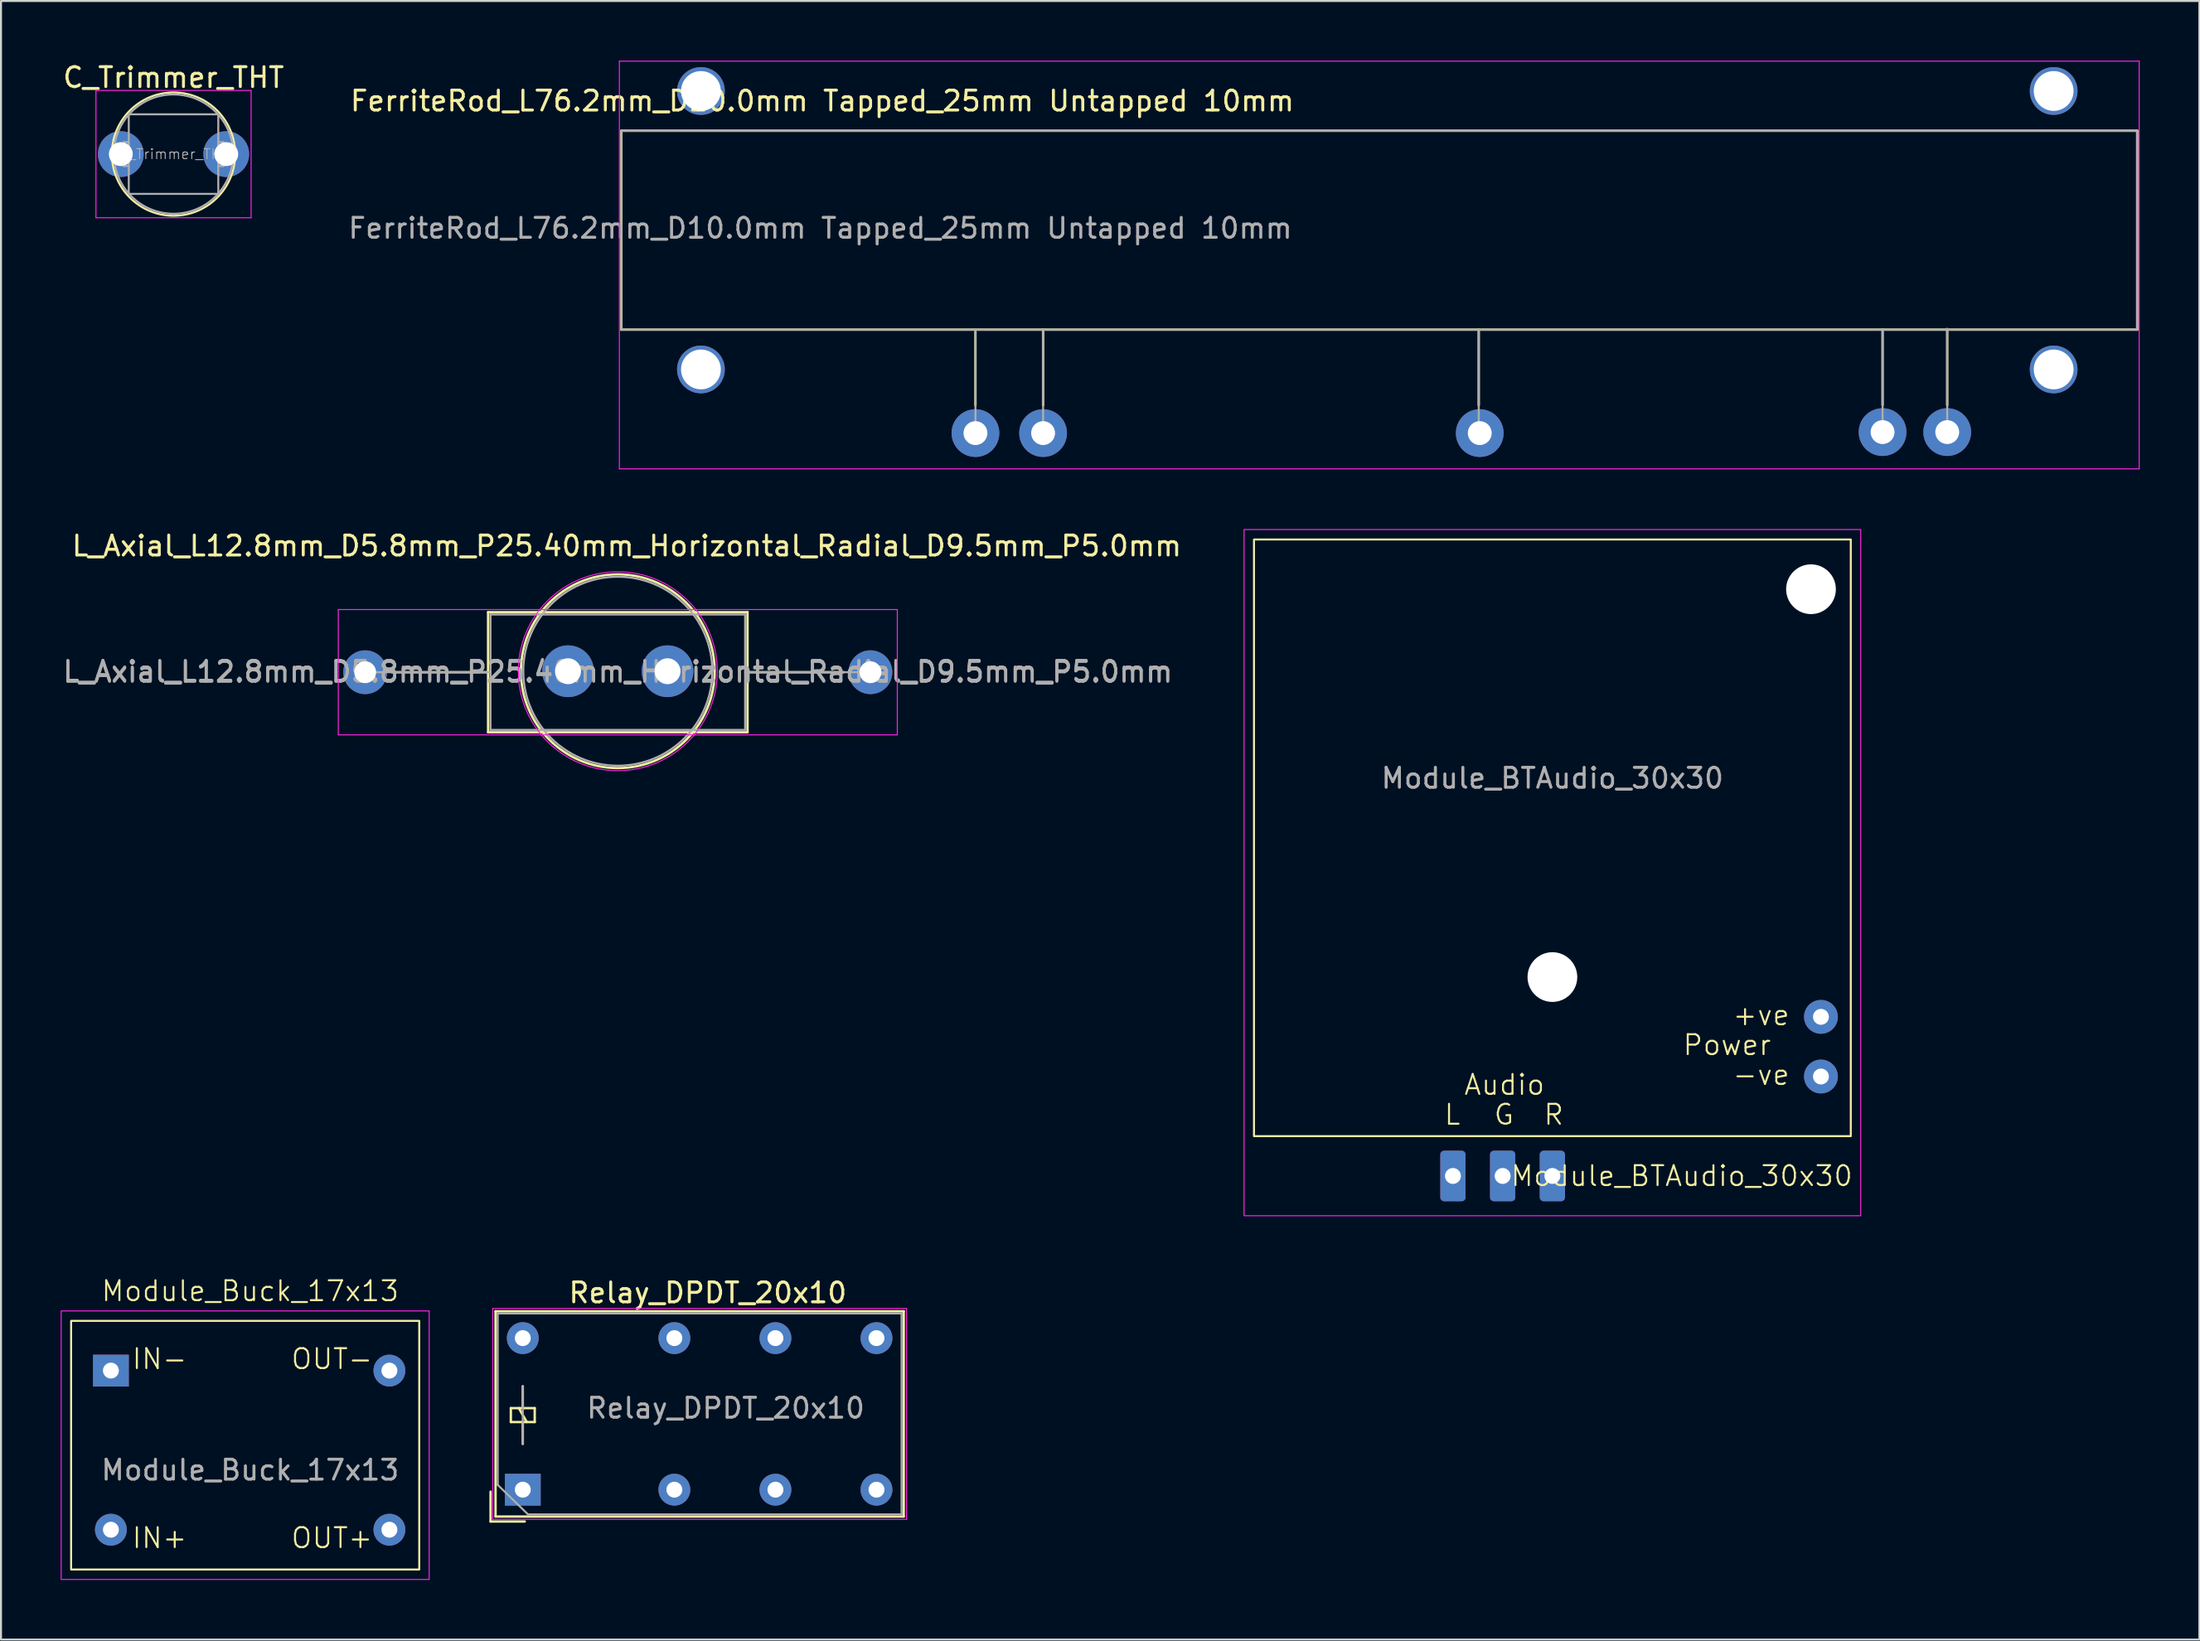
<source format=kicad_pcb>
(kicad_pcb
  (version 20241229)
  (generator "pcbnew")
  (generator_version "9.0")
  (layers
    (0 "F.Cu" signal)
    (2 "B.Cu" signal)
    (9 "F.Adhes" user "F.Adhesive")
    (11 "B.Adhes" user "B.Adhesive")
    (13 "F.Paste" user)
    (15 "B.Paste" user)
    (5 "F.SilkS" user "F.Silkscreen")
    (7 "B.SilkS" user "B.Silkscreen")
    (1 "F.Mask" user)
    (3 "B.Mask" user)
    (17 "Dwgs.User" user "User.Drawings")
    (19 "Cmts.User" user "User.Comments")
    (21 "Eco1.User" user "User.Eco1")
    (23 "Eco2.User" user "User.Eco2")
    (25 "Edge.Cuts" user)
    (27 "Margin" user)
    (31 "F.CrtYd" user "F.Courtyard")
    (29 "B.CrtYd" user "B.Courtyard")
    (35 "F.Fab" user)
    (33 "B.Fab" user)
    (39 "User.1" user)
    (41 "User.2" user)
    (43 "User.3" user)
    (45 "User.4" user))
  (footprint "Module_BTAudio_30x30"
    (layer "F.Cu")
    (at 59.987 54.075)
    (property "Reference" "Module_BTAudio_30x30" (at 21.5 2 0) (unlocked yes) (layer "F.SilkS") (effects (font (size 1 1) (thickness 0.1))))
    (attr through_hole)
    (fp_rect (start 0 -30) (end 30 0) (stroke (width 0.1) (type default)) (fill no) (layer "F.SilkS"))
    (fp_rect (start -0.5 -30.5) (end 30.5 4) (stroke (width 0.05) (type default)) (fill no) (layer "F.CrtYd"))
    (fp_text user "Audio" (at 10.5 -2 0) (unlocked yes) (layer "F.SilkS") (effects (font (size 1 1) (thickness 0.1)) (justify left bottom)))
    (fp_text user "+ve" (at 24 -5.5 0) (unlocked yes) (layer "F.SilkS") (effects (font (size 1 1) (thickness 0.1)) (justify left bottom)))
    (fp_text user "-ve" (at 24 -2.5 0) (unlocked yes) (layer "F.SilkS") (effects (font (size 1 1) (thickness 0.1)) (justify left bottom)))
    (fp_text user "L" (at 9.5 -0.5 0) (unlocked yes) (layer "F.SilkS") (effects (font (size 1 1) (thickness 0.1)) (justify left bottom)))
    (fp_text user "G" (at 12 -0.5 0) (unlocked yes) (layer "F.SilkS") (effects (font (size 1 1) (thickness 0.1)) (justify left bottom)))
    (fp_text user "Power" (at 21.5 -4 0) (unlocked yes) (layer "F.SilkS") (effects (font (size 1 1) (thickness 0.1)) (justify left bottom)))
    (fp_text user "R" (at 14.5 -0.5 0) (unlocked yes) (layer "F.SilkS") (effects (font (size 1 1) (thickness 0.1)) (justify left bottom)))
    (fp_text user "${REFERENCE}" (at 15 -18 0) (unlocked yes) (layer "F.Fab") (effects (font (size 1 1) (thickness 0.15))))
    (pad "" np_thru_hole circle (at 15 -8) (size 2.5 2.5) (drill 2.5) (layers "*.Cu" "*.Mask"))
    (pad "" np_thru_hole circle (at 28 -27.5) (size 2.5 2.5) (drill 2.5) (layers "*.Cu" "*.Mask"))
    (pad "1" thru_hole roundrect (at 10 2 90) (size 2.54 1.27) (drill 0.8) (layers "*.Cu" "*.Mask") (roundrect_rratio 0.15))
    (pad "2" thru_hole roundrect (at 12.5 2 90) (size 2.54 1.27) (drill 0.8) (layers "*.Cu" "*.Mask") (roundrect_rratio 0.15))
    (pad "3" thru_hole roundrect (at 15 2 90) (size 2.54 1.27) (drill 0.8) (layers "*.Cu" "*.Mask") (roundrect_rratio 0.15))
    (pad "4" thru_hole circle (at 28.5 -3) (size 1.7 1.7) (drill 0.8) (layers "*.Cu" "*.Mask"))
    (pad "5" thru_hole circle (at 28.5 -6) (size 1.7 1.7) (drill 0.8) (layers "*.Cu" "*.Mask")))
  (footprint "L_Axial_L12.8mm_D5.8mm_P25.40mm_Horizontal_Radial_D9.5mm_P5.0mm"
    (layer "F.Cu")
    (at 15.306 30.748)
    (property "Reference" "L_Axial_L12.8mm_D5.8mm_P25.40mm_Horizontal_Radial_D9.5mm_P5.0mm" (at 13.15 -6.35 0) (layer "F.SilkS") (effects (font (size 1 1) (thickness 0.15))))
    (attr through_hole)
    (fp_line (start 1.34 0) (end 6.18 0) (stroke (width 0.12) (type solid)) (layer "F.SilkS"))
    (fp_line (start 6.18 -3.02) (end 6.18 3.02) (stroke (width 0.12) (type solid)) (layer "F.SilkS"))
    (fp_line (start 6.18 3.02) (end 19.22 3.02) (stroke (width 0.12) (type solid)) (layer "F.SilkS"))
    (fp_line (start 19.22 -3.02) (end 6.18 -3.02) (stroke (width 0.12) (type solid)) (layer "F.SilkS"))
    (fp_line (start 19.22 3.02) (end 19.22 -3.02) (stroke (width 0.12) (type solid)) (layer "F.SilkS"))
    (fp_line (start 24.06 0) (end 19.22 0) (stroke (width 0.12) (type solid)) (layer "F.SilkS"))
    (fp_circle (center 12.7 -0.05) (end 17.57 -0.05) (stroke (width 0.12) (type solid)) (fill no) (layer "F.SilkS"))
    (fp_line (start -1.35 -3.15) (end -1.35 3.15) (stroke (width 0.05) (type solid)) (layer "F.CrtYd"))
    (fp_line (start -1.35 3.15) (end 26.75 3.15) (stroke (width 0.05) (type solid)) (layer "F.CrtYd"))
    (fp_line (start 26.75 -3.15) (end -1.35 -3.15) (stroke (width 0.05) (type solid)) (layer "F.CrtYd"))
    (fp_line (start 26.75 3.15) (end 26.75 -3.15) (stroke (width 0.05) (type solid)) (layer "F.CrtYd"))
    (fp_circle (center 12.7 -0.05) (end 17.7 -0.05) (stroke (width 0.05) (type solid)) (fill no) (layer "F.CrtYd"))
    (fp_line (start 0 0) (end 6.3 0) (stroke (width 0.1) (type solid)) (layer "F.Fab"))
    (fp_line (start 6.3 -2.9) (end 6.3 2.9) (stroke (width 0.1) (type solid)) (layer "F.Fab"))
    (fp_line (start 6.3 2.9) (end 19.1 2.9) (stroke (width 0.1) (type solid)) (layer "F.Fab"))
    (fp_line (start 19.1 -2.9) (end 6.3 -2.9) (stroke (width 0.1) (type solid)) (layer "F.Fab"))
    (fp_line (start 19.1 2.9) (end 19.1 -2.9) (stroke (width 0.1) (type solid)) (layer "F.Fab"))
    (fp_line (start 25.4 0) (end 19.1 0) (stroke (width 0.1) (type solid)) (layer "F.Fab"))
    (fp_circle (center 12.7 -0.05) (end 17.45 -0.05) (stroke (width 0.1) (type solid)) (fill no) (layer "F.Fab"))
    (fp_text user "${REFERENCE}" (at 12.7 0 0) (layer "F.Fab") (effects (font (size 1 1) (thickness 0.15))))
    (fp_text user "${REFERENCE}" (at 12.7 -0.05 0) (layer "F.Fab") (effects (font (size 1 1) (thickness 0.15))))
    (pad "1" thru_hole circle (at 0 0) (size 2.2 2.2) (drill 1.1) (layers "*.Cu" "*.Mask"))
    (pad "1" thru_hole circle (at 10.2 -0.05) (size 2.6 2.6) (drill 1.3) (layers "*.Cu" "*.Mask"))
    (pad "2" thru_hole circle (at 15.2 -0.05) (size 2.6 2.6) (drill 1.3) (layers "*.Cu" "*.Mask"))
    (pad "2" thru_hole oval (at 25.4 0) (size 2.2 2.2) (drill 1.1) (layers "*.Cu" "*.Mask")))
  (footprint "Relay_DPDT_20x10"
    (layer "F.Cu")
    (at 23.23 71.848)
    (property "Reference" "Relay_DPDT_20x10" (at 9.3 -9.9 0) (layer "F.SilkS") (effects (font (size 1 1) (thickness 0.15))))
    (attr through_hole)
    (fp_line (start -1.62 1.6) (end -1.62 0.1) (stroke (width 0.12) (type solid)) (layer "F.SilkS"))
    (fp_line (start -1.37 -8.97) (end 19.15 -8.97) (stroke (width 0.12) (type solid)) (layer "F.SilkS"))
    (fp_line (start -1.37 1.35) (end -1.37 -8.97) (stroke (width 0.12) (type solid)) (layer "F.SilkS"))
    (fp_line (start -0.6 -4.1) (end -0.6 -3.4) (stroke (width 0.12) (type solid)) (layer "F.SilkS"))
    (fp_line (start -0.6 -3.4) (end 0.6 -3.4) (stroke (width 0.12) (type solid)) (layer "F.SilkS"))
    (fp_line (start 0 -4.1) (end 0 -5.2) (stroke (width 0.12) (type solid)) (layer "F.SilkS"))
    (fp_line (start 0 -3.4) (end 0 -2.3) (stroke (width 0.12) (type solid)) (layer "F.SilkS"))
    (fp_line (start 0.1 1.6) (end -1.62 1.6) (stroke (width 0.12) (type solid)) (layer "F.SilkS"))
    (fp_line (start 0.2 -3.4) (end -0.2 -4.1) (stroke (width 0.12) (type solid)) (layer "F.SilkS"))
    (fp_line (start 0.6 -4.1) (end -0.6 -4.1) (stroke (width 0.12) (type solid)) (layer "F.SilkS"))
    (fp_line (start 0.6 -3.4) (end 0.6 -4.1) (stroke (width 0.12) (type solid)) (layer "F.SilkS"))
    (fp_line (start 19.15 -8.97) (end 19.15 1.35) (stroke (width 0.12) (type solid)) (layer "F.SilkS"))
    (fp_line (start 19.15 1.35) (end -1.37 1.35) (stroke (width 0.12) (type solid)) (layer "F.SilkS"))
    (fp_line (start -1.51 -9.11) (end -1.51 1.49) (stroke (width 0.05) (type solid)) (layer "F.CrtYd"))
    (fp_line (start -1.51 -9.11) (end 19.29 -9.11) (stroke (width 0.05) (type solid)) (layer "F.CrtYd"))
    (fp_line (start 19.29 1.49) (end -1.51 1.49) (stroke (width 0.05) (type solid)) (layer "F.CrtYd"))
    (fp_line (start 19.29 1.49) (end 19.29 -9.11) (stroke (width 0.05) (type solid)) (layer "F.CrtYd"))
    (fp_line (start -1.26 -8.86) (end 19.04 -8.86) (stroke (width 0.1) (type solid)) (layer "F.Fab"))
    (fp_line (start -1.26 -0.24) (end -1.26 -8.86) (stroke (width 0.1) (type solid)) (layer "F.Fab"))
    (fp_line (start 0 -2.3) (end 0 -5.2) (stroke (width 0.1) (type solid)) (layer "F.Fab"))
    (fp_line (start 0.26 1.24) (end -1.26 -0.24) (stroke (width 0.1) (type solid)) (layer "F.Fab"))
    (fp_line (start 19.04 -8.86) (end 19.04 1.24) (stroke (width 0.1) (type solid)) (layer "F.Fab"))
    (fp_line (start 19.04 1.24) (end 0.26 1.24) (stroke (width 0.1) (type solid)) (layer "F.Fab"))
    (fp_text user "${REFERENCE}" (at 10.2 -4.1 180) (layer "F.Fab") (effects (font (size 1 1) (thickness 0.15))))
    (pad "11" thru_hole circle (at 7.62 0 90) (size 1.6 1.6) (drill 0.8) (layers "*.Cu" "*.Mask"))
    (pad "12" thru_hole circle (at 12.7 0 90) (size 1.6 1.6) (drill 0.8) (layers "*.Cu" "*.Mask"))
    (pad "14" thru_hole circle (at 17.78 0 90) (size 1.6 1.6) (drill 0.8) (layers "*.Cu" "*.Mask"))
    (pad "21" thru_hole circle (at 7.62 -7.62 90) (size 1.6 1.6) (drill 0.8) (layers "*.Cu" "*.Mask"))
    (pad "22" thru_hole circle (at 12.7 -7.62 90) (size 1.6 1.6) (drill 0.8) (layers "*.Cu" "*.Mask"))
    (pad "24" thru_hole circle (at 17.78 -7.62 180) (size 1.6 1.6) (drill 0.8) (layers "*.Cu" "*.Mask"))
    (pad "A1" thru_hole rect (at 0 0 90) (size 1.6 1.8) (drill 0.8) (layers "*.Cu" "*.Mask"))
    (pad "A2" thru_hole circle (at 0 -7.62 90) (size 1.6 1.6) (drill 0.8) (layers "*.Cu" "*.Mask")))
  (footprint "C_Trimmer_THT"
    (layer "F.Cu")
    (at 5.673 4.698)
    (property "Reference" "C_Trimmer_THT" (at 0 -3.85 0) (layer "F.SilkS") (effects (font (size 1 1) (thickness 0.15))))
    (attr smd)
    (fp_circle (center 0 0) (end 3.1 0) (stroke (width 0.1) (type solid)) (fill no) (layer "F.SilkS"))
    (fp_line (start -3.9 -3.2) (end -3.9 3.2) (stroke (width 0.05) (type solid)) (layer "F.CrtYd"))
    (fp_line (start -3.9 3.2) (end 3.9 3.2) (stroke (width 0.05) (type solid)) (layer "F.CrtYd"))
    (fp_line (start 3.9 -3.2) (end -3.9 -3.2) (stroke (width 0.05) (type solid)) (layer "F.CrtYd"))
    (fp_line (start 3.9 3.2) (end 3.9 -3.2) (stroke (width 0.05) (type solid)) (layer "F.CrtYd"))
    (fp_line (start -2.5 -0.6) (end -2.5 0.6) (stroke (width 0.1) (type solid)) (layer "F.Fab"))
    (fp_line (start -2.5 0.6) (end -2.25 0.6) (stroke (width 0.1) (type solid)) (layer "F.Fab"))
    (fp_line (start -2.25 -2) (end -2.24 -2) (stroke (width 0.1) (type solid)) (layer "F.Fab"))
    (fp_line (start -2.25 -1.99) (end -2.25 -2) (stroke (width 0.1) (type solid)) (layer "F.Fab"))
    (fp_line (start -2.25 -0.6) (end -2.5 -0.6) (stroke (width 0.1) (type solid)) (layer "F.Fab"))
    (fp_line (start -2.25 1.99) (end -2.25 -1.99) (stroke (width 0.1) (type solid)) (layer "F.Fab"))
    (fp_line (start -2.25 2) (end -2.25 1.99) (stroke (width 0.1) (type solid)) (layer "F.Fab"))
    (fp_line (start -2.24 -2) (end 2.24 -2) (stroke (width 0.1) (type solid)) (layer "F.Fab"))
    (fp_line (start -2.24 2) (end -2.25 2) (stroke (width 0.1) (type solid)) (layer "F.Fab"))
    (fp_line (start 2.24 -2) (end 2.25 -2) (stroke (width 0.1) (type solid)) (layer "F.Fab"))
    (fp_line (start 2.24 2) (end -2.24 2) (stroke (width 0.1) (type solid)) (layer "F.Fab"))
    (fp_line (start 2.25 -2) (end 2.25 -1.99) (stroke (width 0.1) (type solid)) (layer "F.Fab"))
    (fp_line (start 2.25 -1.99) (end 2.25 1.99) (stroke (width 0.1) (type solid)) (layer "F.Fab"))
    (fp_line (start 2.25 -0.6) (end 2.5 -0.6) (stroke (width 0.1) (type solid)) (layer "F.Fab"))
    (fp_line (start 2.25 1.99) (end 2.25 2) (stroke (width 0.1) (type solid)) (layer "F.Fab"))
    (fp_line (start 2.25 2) (end 2.24 2) (stroke (width 0.1) (type solid)) (layer "F.Fab"))
    (fp_line (start 2.5 -0.6) (end 2.5 0.6) (stroke (width 0.1) (type solid)) (layer "F.Fab"))
    (fp_line (start 2.5 0.6) (end 2.25 0.6) (stroke (width 0.1) (type solid)) (layer "F.Fab"))
    (fp_circle (center 0 0) (end 3 0) (stroke (width 0.1) (type solid)) (fill no) (layer "F.Fab"))
    (fp_text user "${REFERENCE}" (at 0 0 0) (layer "F.Fab") (effects (font (size 0.5 0.5) (thickness 0.05))))
    (pad "1" thru_hole circle (at -2.65 0) (size 2.3 2.3) (drill 1.2) (layers "*.Cu" "*.Mask"))
    (pad "2" thru_hole circle (at 2.65 0) (size 2.3 2.3) (drill 1.2) (layers "*.Cu" "*.Mask")))
  (footprint "Module_Buck_17x13"
    (layer "F.Cu")
    (at 9.525 69.861)
    (property "Reference" "Module_Buck_17x13" (at 0 -8 0) (unlocked yes) (layer "F.SilkS") (effects (font (size 1 1) (thickness 0.1))))
    (attr smd)
    (fp_rect (start -9 -6.5) (end 8.5 6) (stroke (width 0.1) (type default)) (fill no) (layer "F.SilkS"))
    (fp_rect (start -9.5 -7) (end 9 6.5) (stroke (width 0.05) (type default)) (fill no) (layer "F.CrtYd"))
    (fp_text user "OUT-" (at 2 -4 0) (unlocked yes) (layer "F.SilkS") (effects (font (size 1 1) (thickness 0.1)) (justify left bottom)))
    (fp_text user "IN-" (at -6 -4 0) (unlocked yes) (layer "F.SilkS") (effects (font (size 1 1) (thickness 0.1)) (justify left bottom)))
    (fp_text user "IN+" (at -6 5 0) (unlocked yes) (layer "F.SilkS") (effects (font (size 1 1) (thickness 0.1)) (justify left bottom)))
    (fp_text user "OUT+" (at 2 5 0) (unlocked yes) (layer "F.SilkS") (effects (font (size 1 1) (thickness 0.1)) (justify left bottom)))
    (fp_text user "${REFERENCE}" (at 0 1 0) (unlocked yes) (layer "F.Fab") (effects (font (size 1 1) (thickness 0.15))))
    (pad "A1" thru_hole rect (at -7 -4 90) (size 1.6 1.8) (drill 0.8) (layers "*.Cu" "*.Mask"))
    (pad "A2" thru_hole circle (at -7 4 90) (size 1.6 1.6) (drill 0.8) (layers "*.Cu" "*.Mask"))
    (pad "A3" thru_hole circle (at 7 -4 90) (size 1.6 1.6) (drill 0.8) (layers "*.Cu" "*.Mask"))
    (pad "A4" thru_hole circle (at 7 4 90) (size 1.6 1.6) (drill 0.8) (layers "*.Cu" "*.Mask")))
  (footprint "FerriteRod_L76.2mm_D10.0mm Tapped_25mm Untapped 10mm"
    (layer "F.Cu")
    (at 28.185 8.525)
    (property "Reference" "FerriteRod_L76.2mm_D10.0mm Tapped_25mm Untapped 10mm" (at 10.1 -6.5 0) (layer "F.SilkS") (effects (font (size 1 1) (thickness 0.15))))
    (attr through_hole)
    (fp_line (start 0 -5) (end 0 5) (stroke (width 0.12) (type solid)) (layer "F.SilkS"))
    (fp_line (start 0 5) (end 76.2 5) (stroke (width 0.12) (type solid)) (layer "F.SilkS"))
    (fp_line (start 17.8 5.1) (end 17.8 8.8) (stroke (width 0.12) (type solid)) (layer "F.SilkS"))
    (fp_line (start 21.2 5) (end 21.2 8.8) (stroke (width 0.12) (type solid)) (layer "F.SilkS"))
    (fp_line (start 43.1 5) (end 43.1 8.8) (stroke (width 0.12) (type solid)) (layer "F.SilkS"))
    (fp_line (start 63.4 5) (end 63.4 8.8) (stroke (width 0.12) (type solid)) (layer "F.SilkS"))
    (fp_line (start 66.65 5) (end 66.65 8.8) (stroke (width 0.12) (type solid)) (layer "F.SilkS"))
    (fp_line (start 76.2 -5) (end 0 -5) (stroke (width 0.12) (type solid)) (layer "F.SilkS"))
    (fp_line (start 76.2 5) (end 76.2 -5) (stroke (width 0.12) (type solid)) (layer "F.SilkS"))
    (fp_line (start -0.1 -8.5) (end -0.1 12) (stroke (width 0.05) (type solid)) (layer "F.CrtYd"))
    (fp_line (start -0.1 12) (end 76.3 12) (stroke (width 0.05) (type solid)) (layer "F.CrtYd"))
    (fp_line (start 76.3 -8.5) (end -0.1 -8.5) (stroke (width 0.05) (type solid)) (layer "F.CrtYd"))
    (fp_line (start 76.3 12) (end 76.3 -8.5) (stroke (width 0.05) (type solid)) (layer "F.CrtYd"))
    (fp_line (start 0 -5) (end 0 5) (stroke (width 0.1) (type solid)) (layer "F.Fab"))
    (fp_line (start 0 -5) (end 76.2 -5) (stroke (width 0.1) (type solid)) (layer "F.Fab"))
    (fp_line (start 0 5) (end 76.2 5) (stroke (width 0.1) (type solid)) (layer "F.Fab"))
    (fp_line (start 17.8 5) (end 17.8 10.25) (stroke (width 0.1) (type solid)) (layer "F.Fab"))
    (fp_line (start 21.2 5) (end 21.2 10.25) (stroke (width 0.1) (type solid)) (layer "F.Fab"))
    (fp_line (start 43.1 5) (end 43.1 10.25) (stroke (width 0.1) (type solid)) (layer "F.Fab"))
    (fp_line (start 63.4 5) (end 63.4 10.25) (stroke (width 0.1) (type solid)) (layer "F.Fab"))
    (fp_line (start 66.65 4.95) (end 66.65 10.2) (stroke (width 0.1) (type solid)) (layer "F.Fab"))
    (fp_line (start 76.2 5) (end 76.2 -5) (stroke (width 0.1) (type solid)) (layer "F.Fab"))
    (fp_text user "${REFERENCE}" (at 10 -0.1 0) (layer "F.Fab") (effects (font (size 1 1) (thickness 0.15))))
    (pad "" np_thru_hole circle (at 4 -7) (size 2.4 2.4) (drill 2) (layers "*.Cu"))
    (pad "" np_thru_hole circle (at 4 7) (size 2.4 2.4) (drill 2) (layers "*.Cu"))
    (pad "" np_thru_hole circle (at 72 -7) (size 2.4 2.4) (drill 2) (layers "*.Cu"))
    (pad "" np_thru_hole circle (at 72 7) (size 2.4 2.4) (drill 2) (layers "*.Cu"))
    (pad "1" thru_hole circle (at 17.8 10.2) (size 2.4 2.4) (drill 1.2) (layers "*.Cu" "*.Mask"))
    (pad "2" thru_hole oval (at 21.2 10.2) (size 2.4 2.4) (drill 1.2) (layers "*.Cu" "*.Mask"))
    (pad "3" thru_hole oval (at 43.15 10.2) (size 2.4 2.4) (drill 1.2) (layers "*.Cu" "*.Mask"))
    (pad "4" thru_hole oval (at 63.4 10.15) (size 2.4 2.4) (drill 1.2) (layers "*.Cu" "*.Mask"))
    (pad "5" thru_hole oval (at 66.65 10.15) (size 2.4 2.4) (drill 1.2) (layers "*.Cu" "*.Mask")))
  (gr_rect
    (start -3 -3)
    (end 107.51 79.385)
    (stroke (width 0.1) (type default))
    (fill no)
    (layer "Edge.Cuts")))
</source>
